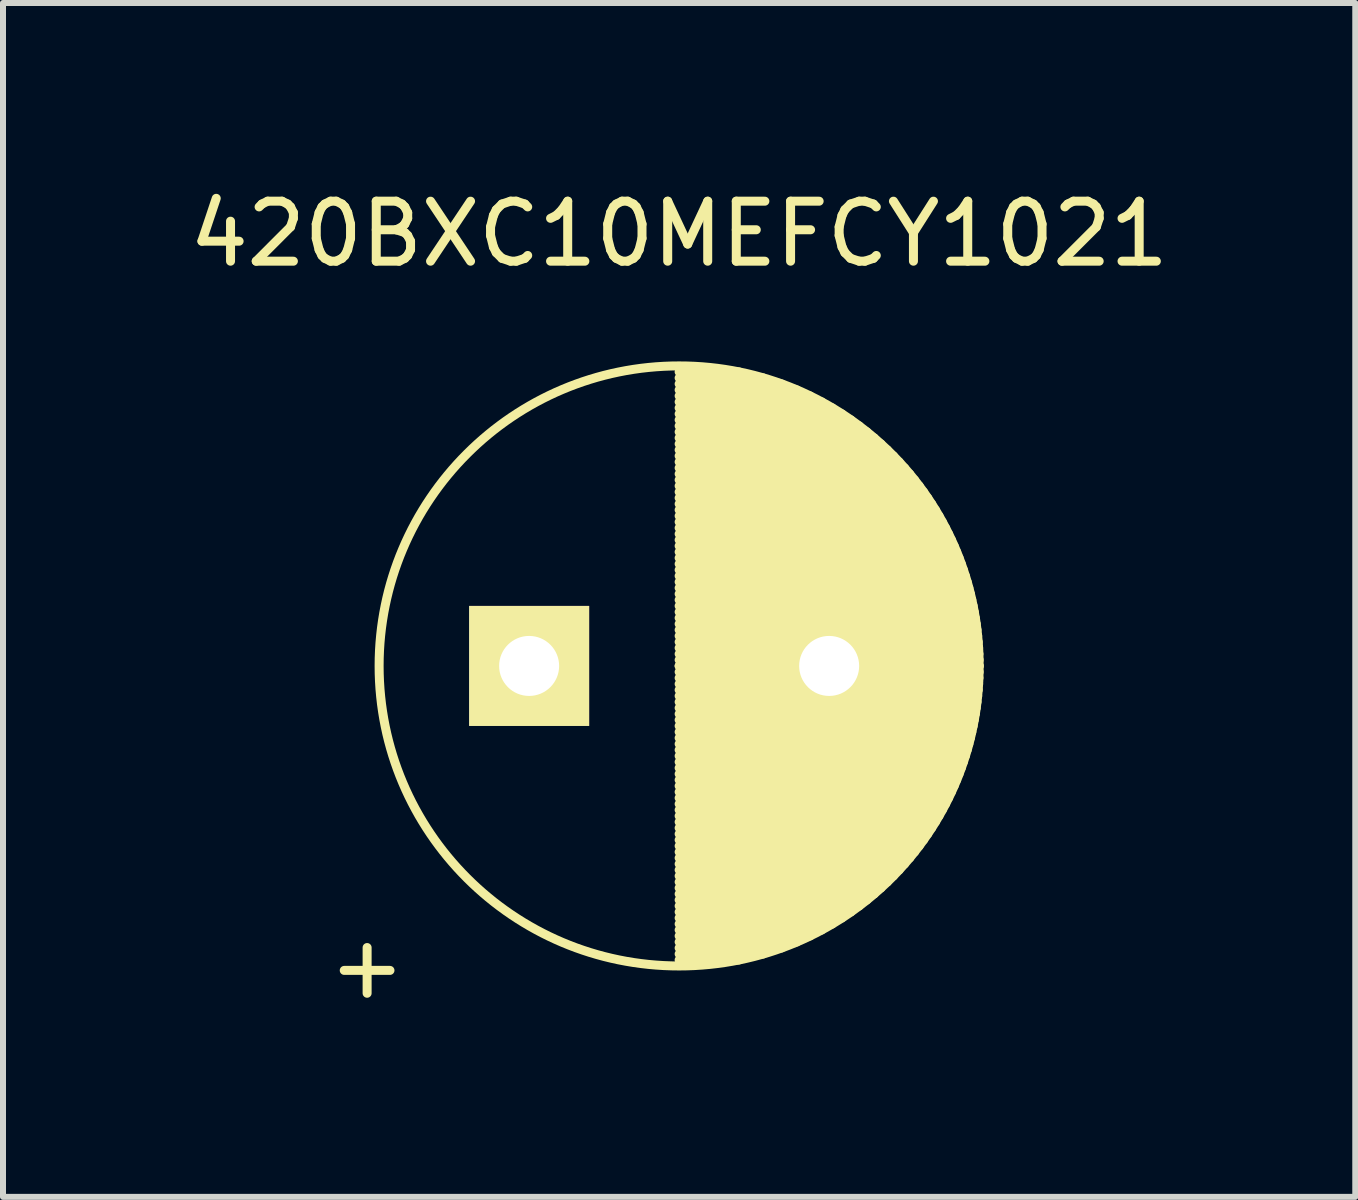
<source format=kicad_pcb>
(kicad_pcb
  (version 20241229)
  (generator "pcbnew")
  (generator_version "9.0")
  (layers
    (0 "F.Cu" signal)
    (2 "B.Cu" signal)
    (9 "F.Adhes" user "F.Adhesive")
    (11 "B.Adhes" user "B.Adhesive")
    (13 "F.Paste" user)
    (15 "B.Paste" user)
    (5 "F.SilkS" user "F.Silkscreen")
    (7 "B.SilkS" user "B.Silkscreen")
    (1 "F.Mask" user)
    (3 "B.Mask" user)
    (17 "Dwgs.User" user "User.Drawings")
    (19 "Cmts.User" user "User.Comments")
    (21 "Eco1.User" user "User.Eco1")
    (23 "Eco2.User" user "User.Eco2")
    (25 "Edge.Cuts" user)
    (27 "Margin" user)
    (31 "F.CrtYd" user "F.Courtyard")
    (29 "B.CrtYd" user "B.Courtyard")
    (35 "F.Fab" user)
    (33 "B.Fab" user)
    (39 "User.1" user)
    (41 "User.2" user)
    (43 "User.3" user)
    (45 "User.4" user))
  (footprint "420BXC10MEFCY1021"
    (layer "F.Cu")
    (at 5.768 8.048)
    (property "Reference" "420BXC10MEFCY1021" (at 2.5 -7.2 0) (layer "F.SilkS") (effects (font (size 1 1) (thickness 0.15))))
    (attr through_hole)
    (fp_line (start 2.5 -4.9) (end 3.495 -4.9) (stroke (width 0.15) (type solid)) (layer "F.SilkS"))
    (fp_line (start 2.5 -4.8) (end 3.9 -4.8) (stroke (width 0.15) (type solid)) (layer "F.SilkS"))
    (fp_line (start 2.5 -4.7) (end 4.206 -4.7) (stroke (width 0.15) (type solid)) (layer "F.SilkS"))
    (fp_line (start 2.5 -4.6) (end 4.46 -4.6) (stroke (width 0.15) (type solid)) (layer "F.SilkS"))
    (fp_line (start 2.5 -4.5) (end 4.679 -4.5) (stroke (width 0.15) (type solid)) (layer "F.SilkS"))
    (fp_line (start 2.5 -4.4) (end 4.875 -4.4) (stroke (width 0.15) (type solid)) (layer "F.SilkS"))
    (fp_line (start 2.5 -4.3) (end 5.051 -4.3) (stroke (width 0.15) (type solid)) (layer "F.SilkS"))
    (fp_line (start 2.5 -4.2) (end 5.213 -4.2) (stroke (width 0.15) (type solid)) (layer "F.SilkS"))
    (fp_line (start 2.5 -4.1) (end 5.362 -4.1) (stroke (width 0.15) (type solid)) (layer "F.SilkS"))
    (fp_line (start 2.5 -4) (end 5.5 -4) (stroke (width 0.15) (type solid)) (layer "F.SilkS"))
    (fp_line (start 2.5 -3.9) (end 5.629 -3.9) (stroke (width 0.15) (type solid)) (layer "F.SilkS"))
    (fp_line (start 2.5 -3.8) (end 5.75 -3.8) (stroke (width 0.15) (type solid)) (layer "F.SilkS"))
    (fp_line (start 2.5 -3.7) (end 5.863 -3.7) (stroke (width 0.15) (type solid)) (layer "F.SilkS"))
    (fp_line (start 2.5 -3.6) (end 5.97 -3.6) (stroke (width 0.15) (type solid)) (layer "F.SilkS"))
    (fp_line (start 2.5 -3.5) (end 6.071 -3.5) (stroke (width 0.15) (type solid)) (layer "F.SilkS"))
    (fp_line (start 2.5 -3.4) (end 6.166 -3.4) (stroke (width 0.15) (type solid)) (layer "F.SilkS"))
    (fp_line (start 2.5 -3.3) (end 6.256 -3.3) (stroke (width 0.15) (type solid)) (layer "F.SilkS"))
    (fp_line (start 2.5 -3.2) (end 6.342 -3.2) (stroke (width 0.15) (type solid)) (layer "F.SilkS"))
    (fp_line (start 2.5 -3.1) (end 6.423 -3.1) (stroke (width 0.15) (type solid)) (layer "F.SilkS"))
    (fp_line (start 2.5 -3) (end 6.5 -3) (stroke (width 0.15) (type solid)) (layer "F.SilkS"))
    (fp_line (start 2.5 -2.9) (end 6.573 -2.9) (stroke (width 0.15) (type solid)) (layer "F.SilkS"))
    (fp_line (start 2.5 -2.8) (end 6.642 -2.8) (stroke (width 0.15) (type solid)) (layer "F.SilkS"))
    (fp_line (start 2.5 -2.7) (end 6.708 -2.7) (stroke (width 0.15) (type solid)) (layer "F.SilkS"))
    (fp_line (start 2.5 -2.6) (end 6.771 -2.6) (stroke (width 0.15) (type solid)) (layer "F.SilkS"))
    (fp_line (start 2.5 -2.5) (end 6.83 -2.5) (stroke (width 0.15) (type solid)) (layer "F.SilkS"))
    (fp_line (start 2.5 -2.4) (end 6.886 -2.4) (stroke (width 0.15) (type solid)) (layer "F.SilkS"))
    (fp_line (start 2.5 -2.3) (end 6.94 -2.3) (stroke (width 0.15) (type solid)) (layer "F.SilkS"))
    (fp_line (start 2.5 -2.2) (end 6.99 -2.2) (stroke (width 0.15) (type solid)) (layer "F.SilkS"))
    (fp_line (start 2.5 -2.1) (end 7.038 -2.1) (stroke (width 0.15) (type solid)) (layer "F.SilkS"))
    (fp_line (start 2.5 -2) (end 7.083 -2) (stroke (width 0.15) (type solid)) (layer "F.SilkS"))
    (fp_line (start 2.5 -1.9) (end 7.125 -1.9) (stroke (width 0.15) (type solid)) (layer "F.SilkS"))
    (fp_line (start 2.5 -1.8) (end 7.165 -1.8) (stroke (width 0.15) (type solid)) (layer "F.SilkS"))
    (fp_line (start 2.5 -1.7) (end 7.202 -1.7) (stroke (width 0.15) (type solid)) (layer "F.SilkS"))
    (fp_line (start 2.5 -1.6) (end 7.237 -1.6) (stroke (width 0.15) (type solid)) (layer "F.SilkS"))
    (fp_line (start 2.5 -1.5) (end 7.27 -1.5) (stroke (width 0.15) (type solid)) (layer "F.SilkS"))
    (fp_line (start 2.5 -1.4) (end 7.3 -1.4) (stroke (width 0.15) (type solid)) (layer "F.SilkS"))
    (fp_line (start 2.5 -1.3) (end 7.328 -1.3) (stroke (width 0.15) (type solid)) (layer "F.SilkS"))
    (fp_line (start 2.5 -1.2) (end 7.354 -1.2) (stroke (width 0.15) (type solid)) (layer "F.SilkS"))
    (fp_line (start 2.5 -1.1) (end 7.377 -1.1) (stroke (width 0.15) (type solid)) (layer "F.SilkS"))
    (fp_line (start 2.5 -1) (end 7.399 -1) (stroke (width 0.15) (type solid)) (layer "F.SilkS"))
    (fp_line (start 2.5 -0.9) (end 7.418 -0.9) (stroke (width 0.15) (type solid)) (layer "F.SilkS"))
    (fp_line (start 2.5 -0.8) (end 7.436 -0.8) (stroke (width 0.15) (type solid)) (layer "F.SilkS"))
    (fp_line (start 2.5 -0.7) (end 7.451 -0.7) (stroke (width 0.15) (type solid)) (layer "F.SilkS"))
    (fp_line (start 2.5 -0.6) (end 7.464 -0.6) (stroke (width 0.15) (type solid)) (layer "F.SilkS"))
    (fp_line (start 2.5 -0.5) (end 7.475 -0.5) (stroke (width 0.15) (type solid)) (layer "F.SilkS"))
    (fp_line (start 2.5 -0.4) (end 7.484 -0.4) (stroke (width 0.15) (type solid)) (layer "F.SilkS"))
    (fp_line (start 2.5 -0.3) (end 7.491 -0.3) (stroke (width 0.15) (type solid)) (layer "F.SilkS"))
    (fp_line (start 2.5 -0.2) (end 7.496 -0.2) (stroke (width 0.15) (type solid)) (layer "F.SilkS"))
    (fp_line (start 2.5 -0.1) (end 7.499 -0.1) (stroke (width 0.15) (type solid)) (layer "F.SilkS"))
    (fp_line (start 2.5 0) (end 7.5 0) (stroke (width 0.15) (type solid)) (layer "F.SilkS"))
    (fp_line (start 2.5 0) (end 7.5 0) (stroke (width 0.15) (type solid)) (layer "F.SilkS"))
    (fp_line (start 2.5 0.1) (end 7.499 0.1) (stroke (width 0.15) (type solid)) (layer "F.SilkS"))
    (fp_line (start 2.5 0.2) (end 7.496 0.2) (stroke (width 0.15) (type solid)) (layer "F.SilkS"))
    (fp_line (start 2.5 0.3) (end 7.491 0.3) (stroke (width 0.15) (type solid)) (layer "F.SilkS"))
    (fp_line (start 2.5 0.4) (end 7.484 0.4) (stroke (width 0.15) (type solid)) (layer "F.SilkS"))
    (fp_line (start 2.5 0.5) (end 7.475 0.5) (stroke (width 0.15) (type solid)) (layer "F.SilkS"))
    (fp_line (start 2.5 0.6) (end 7.464 0.6) (stroke (width 0.15) (type solid)) (layer "F.SilkS"))
    (fp_line (start 2.5 0.7) (end 7.451 0.7) (stroke (width 0.15) (type solid)) (layer "F.SilkS"))
    (fp_line (start 2.5 0.8) (end 7.436 0.8) (stroke (width 0.15) (type solid)) (layer "F.SilkS"))
    (fp_line (start 2.5 0.9) (end 7.418 0.9) (stroke (width 0.15) (type solid)) (layer "F.SilkS"))
    (fp_line (start 2.5 1) (end 7.399 1) (stroke (width 0.15) (type solid)) (layer "F.SilkS"))
    (fp_line (start 2.5 1.1) (end 7.377 1.1) (stroke (width 0.15) (type solid)) (layer "F.SilkS"))
    (fp_line (start 2.5 1.2) (end 7.354 1.2) (stroke (width 0.15) (type solid)) (layer "F.SilkS"))
    (fp_line (start 2.5 1.3) (end 7.328 1.3) (stroke (width 0.15) (type solid)) (layer "F.SilkS"))
    (fp_line (start 2.5 1.4) (end 7.3 1.4) (stroke (width 0.15) (type solid)) (layer "F.SilkS"))
    (fp_line (start 2.5 1.5) (end 7.27 1.5) (stroke (width 0.15) (type solid)) (layer "F.SilkS"))
    (fp_line (start 2.5 1.6) (end 7.237 1.6) (stroke (width 0.15) (type solid)) (layer "F.SilkS"))
    (fp_line (start 2.5 1.7) (end 7.202 1.7) (stroke (width 0.15) (type solid)) (layer "F.SilkS"))
    (fp_line (start 2.5 1.8) (end 7.165 1.8) (stroke (width 0.15) (type solid)) (layer "F.SilkS"))
    (fp_line (start 2.5 1.9) (end 7.125 1.9) (stroke (width 0.15) (type solid)) (layer "F.SilkS"))
    (fp_line (start 2.5 2) (end 7.083 2) (stroke (width 0.15) (type solid)) (layer "F.SilkS"))
    (fp_line (start 2.5 2.1) (end 7.038 2.1) (stroke (width 0.15) (type solid)) (layer "F.SilkS"))
    (fp_line (start 2.5 2.2) (end 6.99 2.2) (stroke (width 0.15) (type solid)) (layer "F.SilkS"))
    (fp_line (start 2.5 2.3) (end 6.94 2.3) (stroke (width 0.15) (type solid)) (layer "F.SilkS"))
    (fp_line (start 2.5 2.4) (end 6.886 2.4) (stroke (width 0.15) (type solid)) (layer "F.SilkS"))
    (fp_line (start 2.5 2.5) (end 6.83 2.5) (stroke (width 0.15) (type solid)) (layer "F.SilkS"))
    (fp_line (start 2.5 2.6) (end 6.771 2.6) (stroke (width 0.15) (type solid)) (layer "F.SilkS"))
    (fp_line (start 2.5 2.7) (end 6.708 2.7) (stroke (width 0.15) (type solid)) (layer "F.SilkS"))
    (fp_line (start 2.5 2.8) (end 6.642 2.8) (stroke (width 0.15) (type solid)) (layer "F.SilkS"))
    (fp_line (start 2.5 2.9) (end 6.573 2.9) (stroke (width 0.15) (type solid)) (layer "F.SilkS"))
    (fp_line (start 2.5 3) (end 6.5 3) (stroke (width 0.15) (type solid)) (layer "F.SilkS"))
    (fp_line (start 2.5 3.1) (end 6.423 3.1) (stroke (width 0.15) (type solid)) (layer "F.SilkS"))
    (fp_line (start 2.5 3.2) (end 6.342 3.2) (stroke (width 0.15) (type solid)) (layer "F.SilkS"))
    (fp_line (start 2.5 3.3) (end 6.256 3.3) (stroke (width 0.15) (type solid)) (layer "F.SilkS"))
    (fp_line (start 2.5 3.4) (end 6.166 3.4) (stroke (width 0.15) (type solid)) (layer "F.SilkS"))
    (fp_line (start 2.5 3.5) (end 6.071 3.5) (stroke (width 0.15) (type solid)) (layer "F.SilkS"))
    (fp_line (start 2.5 3.6) (end 5.97 3.6) (stroke (width 0.15) (type solid)) (layer "F.SilkS"))
    (fp_line (start 2.5 3.7) (end 5.863 3.7) (stroke (width 0.15) (type solid)) (layer "F.SilkS"))
    (fp_line (start 2.5 3.8) (end 5.75 3.8) (stroke (width 0.15) (type solid)) (layer "F.SilkS"))
    (fp_line (start 2.5 3.9) (end 5.629 3.9) (stroke (width 0.15) (type solid)) (layer "F.SilkS"))
    (fp_line (start 2.5 4) (end 5.5 4) (stroke (width 0.15) (type solid)) (layer "F.SilkS"))
    (fp_line (start 2.5 4.1) (end 5.362 4.1) (stroke (width 0.15) (type solid)) (layer "F.SilkS"))
    (fp_line (start 2.5 4.2) (end 5.213 4.2) (stroke (width 0.15) (type solid)) (layer "F.SilkS"))
    (fp_line (start 2.5 4.3) (end 5.051 4.3) (stroke (width 0.15) (type solid)) (layer "F.SilkS"))
    (fp_line (start 2.5 4.4) (end 4.875 4.4) (stroke (width 0.15) (type solid)) (layer "F.SilkS"))
    (fp_line (start 2.5 4.5) (end 4.679 4.5) (stroke (width 0.15) (type solid)) (layer "F.SilkS"))
    (fp_line (start 2.5 4.6) (end 4.46 4.6) (stroke (width 0.15) (type solid)) (layer "F.SilkS"))
    (fp_line (start 2.5 4.7) (end 4.206 4.7) (stroke (width 0.15) (type solid)) (layer "F.SilkS"))
    (fp_line (start 2.5 4.8) (end 3.9 4.8) (stroke (width 0.15) (type solid)) (layer "F.SilkS"))
    (fp_line (start 2.5 4.9) (end 3.495 4.9) (stroke (width 0.15) (type solid)) (layer "F.SilkS"))
    (fp_circle (center 2.5 0) (end 2.5 -5) (stroke (width 0.15) (type solid)) (fill no) (layer "F.SilkS"))
    (fp_text user "+" (at -2.7 5 0) (layer "F.SilkS") (effects (font (size 1 1) (thickness 0.15))))
    (pad "1" thru_hole rect (at 0 0) (size 2 2) (drill 1) (layers "*.Cu" "*.Mask" "F.SilkS"))
    (pad "2" thru_hole circle (at 5 0) (size 2 2) (drill 1) (layers "*.Cu" "*.Mask" "F.SilkS")))
  (gr_rect
    (start -3 -3)
    (end 19.536 16.896)
    (stroke (width 0.1) (type default))
    (fill no)
    (layer "Edge.Cuts")))
</source>
